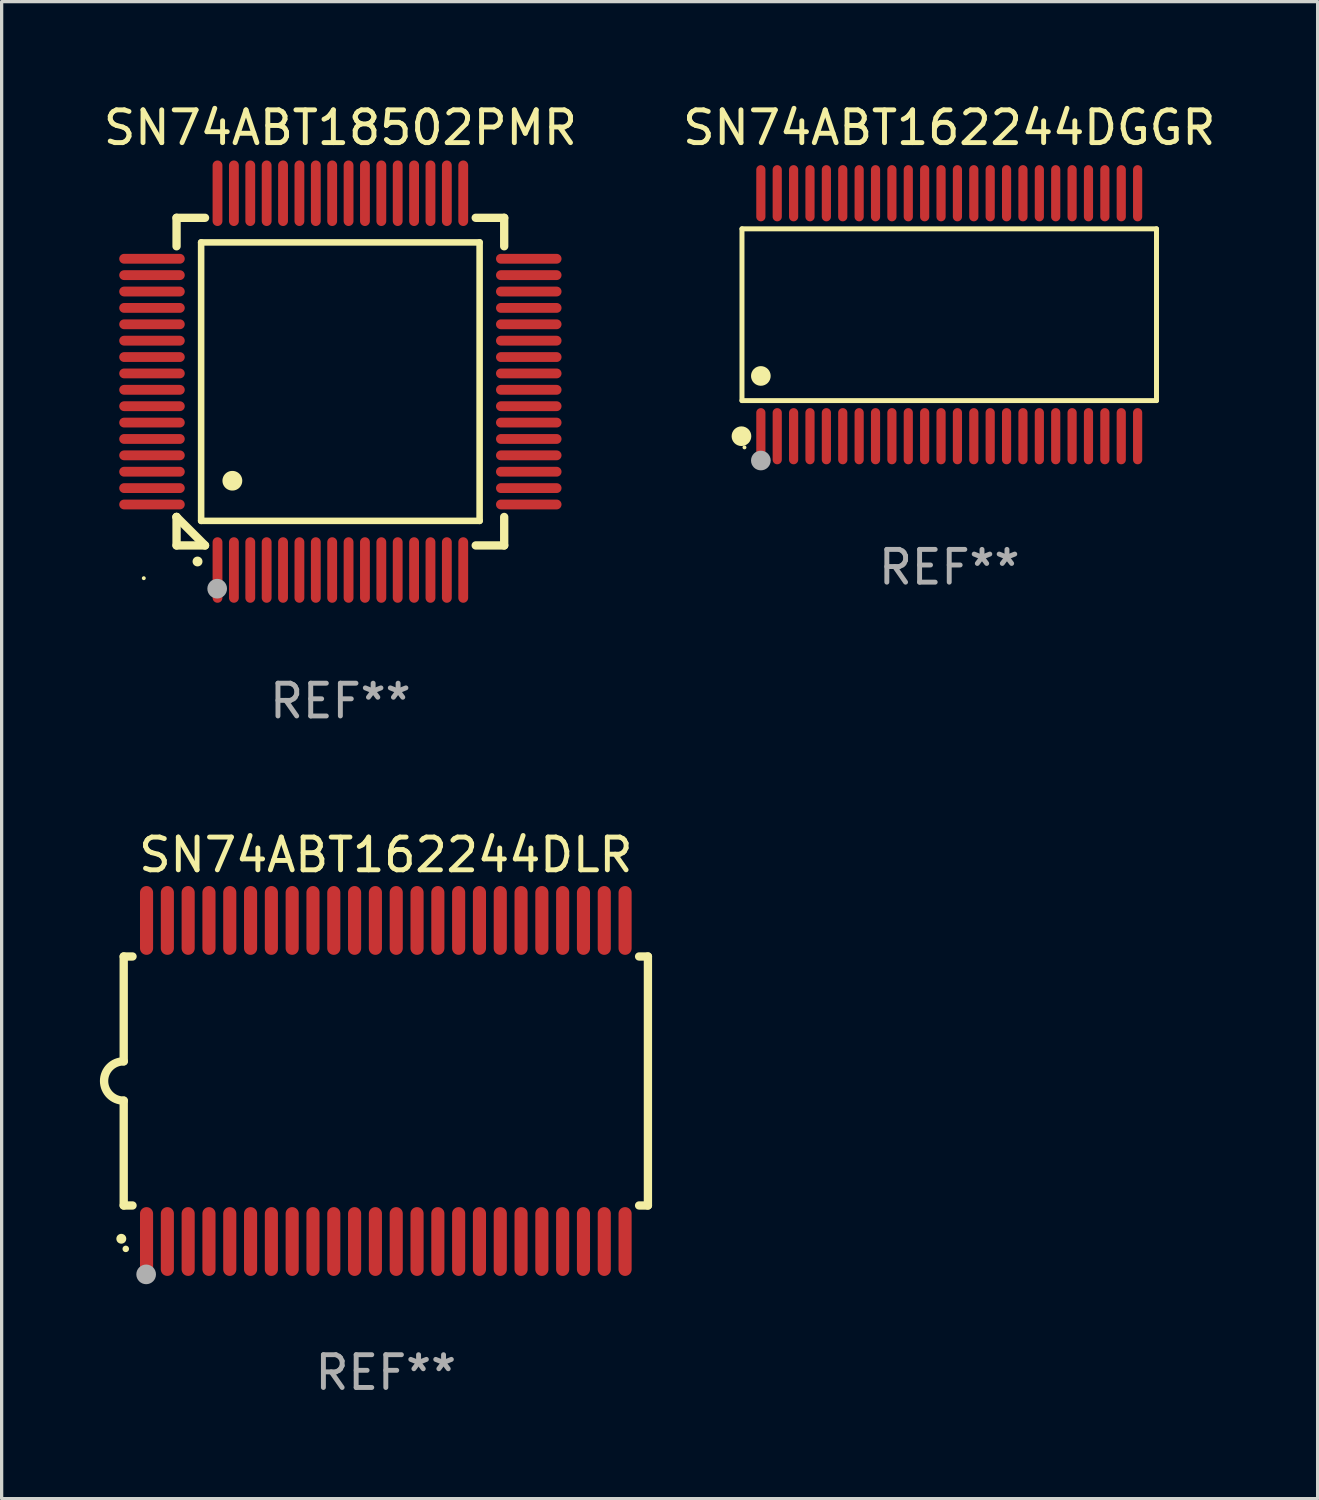
<source format=kicad_pcb>
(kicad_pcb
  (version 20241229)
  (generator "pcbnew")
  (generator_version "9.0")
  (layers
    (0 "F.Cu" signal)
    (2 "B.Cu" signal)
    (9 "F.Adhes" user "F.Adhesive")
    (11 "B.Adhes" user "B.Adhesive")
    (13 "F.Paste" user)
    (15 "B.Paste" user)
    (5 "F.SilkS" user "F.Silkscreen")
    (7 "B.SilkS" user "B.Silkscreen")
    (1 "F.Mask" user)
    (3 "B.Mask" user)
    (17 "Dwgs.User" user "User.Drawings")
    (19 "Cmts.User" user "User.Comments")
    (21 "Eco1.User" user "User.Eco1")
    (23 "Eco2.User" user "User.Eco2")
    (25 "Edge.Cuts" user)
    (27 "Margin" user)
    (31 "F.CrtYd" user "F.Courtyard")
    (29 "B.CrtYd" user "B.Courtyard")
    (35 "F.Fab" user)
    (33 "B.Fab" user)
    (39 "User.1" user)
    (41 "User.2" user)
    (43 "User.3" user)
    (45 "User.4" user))
  (footprint "SN74ABT162244DGGR"
    (layer "F.Cu")
    (at 25.923 6.556)
    (property "Reference" "SN74ABT162244DGGR" (at 0 -5.708 0) (layer "F.SilkS") (effects (font (size 1 1) (thickness 0.15))))
    (attr through_hole)
    (fp_line (start -6.326 -2.622) (end 6.326 -2.622) (stroke (width 0.152) (type solid)) (layer "F.SilkS"))
    (fp_line (start -6.326 2.621) (end -6.326 -2.622) (stroke (width 0.152) (type solid)) (layer "F.SilkS"))
    (fp_line (start 6.326 -2.622) (end 6.326 2.621) (stroke (width 0.152) (type solid)) (layer "F.SilkS"))
    (fp_line (start 6.326 2.621) (end -6.326 2.621) (stroke (width 0.152) (type solid)) (layer "F.SilkS"))
    (fp_circle (center -6.342 3.708) (end -6.192 3.708) (stroke (width 0.3) (type solid)) (fill no) (layer "F.SilkS"))
    (fp_circle (center -6.25 4.05) (end -6.22 4.05) (stroke (width 0.06) (type solid)) (fill no) (layer "F.SilkS"))
    (fp_circle (center -5.75 1.869) (end -5.6 1.869) (stroke (width 0.3) (type solid)) (fill no) (layer "F.SilkS"))
    (fp_circle (center -5.75 4.45) (end -5.6 4.45) (stroke (width 0.3) (type solid)) (fill no) (layer "F.Fab"))
    (fp_text user "REF**" (at 0 7.708 0) (layer "F.Fab") (effects (font (size 1 1) (thickness 0.15))))
    (pad "1" smd oval (at -5.75 3.708) (size 0.28 1.715) (layers "F.Cu" "F.Mask" "F.Paste"))
    (pad "2" smd oval (at -5.25 3.708) (size 0.28 1.715) (layers "F.Cu" "F.Mask" "F.Paste"))
    (pad "3" smd oval (at -4.75 3.708) (size 0.28 1.715) (layers "F.Cu" "F.Mask" "F.Paste"))
    (pad "4" smd oval (at -4.25 3.708) (size 0.28 1.715) (layers "F.Cu" "F.Mask" "F.Paste"))
    (pad "5" smd oval (at -3.75 3.708) (size 0.28 1.715) (layers "F.Cu" "F.Mask" "F.Paste"))
    (pad "6" smd oval (at -3.25 3.708) (size 0.28 1.715) (layers "F.Cu" "F.Mask" "F.Paste"))
    (pad "7" smd oval (at -2.75 3.708) (size 0.28 1.715) (layers "F.Cu" "F.Mask" "F.Paste"))
    (pad "8" smd oval (at -2.25 3.708) (size 0.28 1.715) (layers "F.Cu" "F.Mask" "F.Paste"))
    (pad "9" smd oval (at -1.75 3.708) (size 0.28 1.715) (layers "F.Cu" "F.Mask" "F.Paste"))
    (pad "10" smd oval (at -1.25 3.708) (size 0.28 1.715) (layers "F.Cu" "F.Mask" "F.Paste"))
    (pad "11" smd oval (at -0.75 3.708) (size 0.28 1.715) (layers "F.Cu" "F.Mask" "F.Paste"))
    (pad "12" smd oval (at -0.25 3.708) (size 0.28 1.715) (layers "F.Cu" "F.Mask" "F.Paste"))
    (pad "13" smd oval (at 0.25 3.708) (size 0.28 1.715) (layers "F.Cu" "F.Mask" "F.Paste"))
    (pad "14" smd oval (at 0.75 3.708) (size 0.28 1.715) (layers "F.Cu" "F.Mask" "F.Paste"))
    (pad "15" smd oval (at 1.25 3.708) (size 0.28 1.715) (layers "F.Cu" "F.Mask" "F.Paste"))
    (pad "16" smd oval (at 1.75 3.708) (size 0.28 1.715) (layers "F.Cu" "F.Mask" "F.Paste"))
    (pad "17" smd oval (at 2.25 3.708) (size 0.28 1.715) (layers "F.Cu" "F.Mask" "F.Paste"))
    (pad "18" smd oval (at 2.75 3.708) (size 0.28 1.715) (layers "F.Cu" "F.Mask" "F.Paste"))
    (pad "19" smd oval (at 3.25 3.708) (size 0.28 1.715) (layers "F.Cu" "F.Mask" "F.Paste"))
    (pad "20" smd oval (at 3.75 3.708) (size 0.28 1.715) (layers "F.Cu" "F.Mask" "F.Paste"))
    (pad "21" smd oval (at 4.25 3.708) (size 0.28 1.715) (layers "F.Cu" "F.Mask" "F.Paste"))
    (pad "22" smd oval (at 4.75 3.708) (size 0.28 1.715) (layers "F.Cu" "F.Mask" "F.Paste"))
    (pad "23" smd oval (at 5.25 3.708) (size 0.28 1.715) (layers "F.Cu" "F.Mask" "F.Paste"))
    (pad "24" smd oval (at 5.75 3.708) (size 0.28 1.715) (layers "F.Cu" "F.Mask" "F.Paste"))
    (pad "25" smd oval (at 5.75 -3.708) (size 0.28 1.715) (layers "F.Cu" "F.Mask" "F.Paste"))
    (pad "26" smd oval (at 5.25 -3.708) (size 0.28 1.715) (layers "F.Cu" "F.Mask" "F.Paste"))
    (pad "27" smd oval (at 4.75 -3.708) (size 0.28 1.715) (layers "F.Cu" "F.Mask" "F.Paste"))
    (pad "28" smd oval (at 4.25 -3.708) (size 0.28 1.715) (layers "F.Cu" "F.Mask" "F.Paste"))
    (pad "29" smd oval (at 3.75 -3.708) (size 0.28 1.715) (layers "F.Cu" "F.Mask" "F.Paste"))
    (pad "30" smd oval (at 3.25 -3.708) (size 0.28 1.715) (layers "F.Cu" "F.Mask" "F.Paste"))
    (pad "31" smd oval (at 2.75 -3.708) (size 0.28 1.715) (layers "F.Cu" "F.Mask" "F.Paste"))
    (pad "32" smd oval (at 2.25 -3.708) (size 0.28 1.715) (layers "F.Cu" "F.Mask" "F.Paste"))
    (pad "33" smd oval (at 1.75 -3.708) (size 0.28 1.715) (layers "F.Cu" "F.Mask" "F.Paste"))
    (pad "34" smd oval (at 1.25 -3.708) (size 0.28 1.715) (layers "F.Cu" "F.Mask" "F.Paste"))
    (pad "35" smd oval (at 0.75 -3.708) (size 0.28 1.715) (layers "F.Cu" "F.Mask" "F.Paste"))
    (pad "36" smd oval (at 0.25 -3.708) (size 0.28 1.715) (layers "F.Cu" "F.Mask" "F.Paste"))
    (pad "37" smd oval (at -0.25 -3.708) (size 0.28 1.715) (layers "F.Cu" "F.Mask" "F.Paste"))
    (pad "38" smd oval (at -0.75 -3.708) (size 0.28 1.715) (layers "F.Cu" "F.Mask" "F.Paste"))
    (pad "39" smd oval (at -1.25 -3.708) (size 0.28 1.715) (layers "F.Cu" "F.Mask" "F.Paste"))
    (pad "40" smd oval (at -1.75 -3.708) (size 0.28 1.715) (layers "F.Cu" "F.Mask" "F.Paste"))
    (pad "41" smd oval (at -2.25 -3.708) (size 0.28 1.715) (layers "F.Cu" "F.Mask" "F.Paste"))
    (pad "42" smd oval (at -2.75 -3.708) (size 0.28 1.715) (layers "F.Cu" "F.Mask" "F.Paste"))
    (pad "43" smd oval (at -3.25 -3.708) (size 0.28 1.715) (layers "F.Cu" "F.Mask" "F.Paste"))
    (pad "44" smd oval (at -3.75 -3.708) (size 0.28 1.715) (layers "F.Cu" "F.Mask" "F.Paste"))
    (pad "45" smd oval (at -4.25 -3.708) (size 0.28 1.715) (layers "F.Cu" "F.Mask" "F.Paste"))
    (pad "46" smd oval (at -4.75 -3.708) (size 0.28 1.715) (layers "F.Cu" "F.Mask" "F.Paste"))
    (pad "47" smd oval (at -5.25 -3.708) (size 0.28 1.715) (layers "F.Cu" "F.Mask" "F.Paste"))
    (pad "48" smd oval (at -5.75 -3.708) (size 0.28 1.715) (layers "F.Cu" "F.Mask" "F.Paste")))
  (footprint "SN74ABT162244DLR"
    (layer "F.Cu")
    (at 8.726 29.944)
    (property "Reference" "SN74ABT162244DLR" (at 0 -6.9 0) (layer "F.SilkS") (effects (font (size 1 1) (thickness 0.15))))
    (attr through_hole)
    (fp_line (start -8 -3.8) (end -8 -0.599) (stroke (width 0.254) (type solid)) (layer "F.SilkS"))
    (fp_line (start -8 -3.8) (end -7.731 -3.8) (stroke (width 0.254) (type solid)) (layer "F.SilkS"))
    (fp_line (start -8 3.8) (end -8 0.599) (stroke (width 0.254) (type solid)) (layer "F.SilkS"))
    (fp_line (start -7.731 3.8) (end -8 3.8) (stroke (width 0.254) (type solid)) (layer "F.SilkS"))
    (fp_line (start 7.731 -3.8) (end 8 -3.8) (stroke (width 0.254) (type solid)) (layer "F.SilkS"))
    (fp_line (start 8 -3.8) (end 8 3.8) (stroke (width 0.254) (type solid)) (layer "F.SilkS"))
    (fp_line (start 8 3.8) (end 7.731 3.8) (stroke (width 0.254) (type solid)) (layer "F.SilkS"))
    (fp_arc (start -8.074676 4.81585) (mid -8.073406 4.815845) (end -8.072136 4.81585) (stroke (width 0.3) (type solid)) (layer "F.SilkS"))
    (fp_arc (start -8.000025 0.6) (mid -8.598908 0.00056) (end -8.000027 -0.598882) (stroke (width 0.254001) (type solid)) (layer "F.SilkS"))
    (fp_circle (center -7.937 5.125) (end -7.887 5.125) (stroke (width 0.1) (type solid)) (fill no) (layer "F.SilkS"))
    (fp_circle (center -7.315 5.903) (end -7.165 5.903) (stroke (width 0.3) (type solid)) (fill no) (layer "F.Fab"))
    (fp_text user "REF**" (at 0 8.9 0) (layer "F.Fab") (effects (font (size 1 1) (thickness 0.15))))
    (pad "1" smd oval (at -7.303 4.9) (size 0.4 2.1) (layers "F.Cu" "F.Mask" "F.Paste"))
    (pad "2" smd oval (at -6.668 4.9) (size 0.4 2.1) (layers "F.Cu" "F.Mask" "F.Paste"))
    (pad "3" smd oval (at -6.033 4.9) (size 0.4 2.1) (layers "F.Cu" "F.Mask" "F.Paste"))
    (pad "4" smd oval (at -5.398 4.9) (size 0.4 2.1) (layers "F.Cu" "F.Mask" "F.Paste"))
    (pad "5" smd oval (at -4.763 4.9) (size 0.4 2.1) (layers "F.Cu" "F.Mask" "F.Paste"))
    (pad "6" smd oval (at -4.128 4.9) (size 0.4 2.1) (layers "F.Cu" "F.Mask" "F.Paste"))
    (pad "7" smd oval (at -3.493 4.9) (size 0.4 2.1) (layers "F.Cu" "F.Mask" "F.Paste"))
    (pad "8" smd oval (at -2.858 4.9) (size 0.4 2.1) (layers "F.Cu" "F.Mask" "F.Paste"))
    (pad "9" smd oval (at -2.223 4.9) (size 0.4 2.1) (layers "F.Cu" "F.Mask" "F.Paste"))
    (pad "10" smd oval (at -1.588 4.9) (size 0.4 2.1) (layers "F.Cu" "F.Mask" "F.Paste"))
    (pad "11" smd oval (at -0.953 4.9) (size 0.4 2.1) (layers "F.Cu" "F.Mask" "F.Paste"))
    (pad "12" smd oval (at -0.318 4.9) (size 0.4 2.1) (layers "F.Cu" "F.Mask" "F.Paste"))
    (pad "13" smd oval (at 0.318 4.9) (size 0.4 2.1) (layers "F.Cu" "F.Mask" "F.Paste"))
    (pad "14" smd oval (at 0.953 4.9) (size 0.4 2.1) (layers "F.Cu" "F.Mask" "F.Paste"))
    (pad "15" smd oval (at 1.588 4.9) (size 0.4 2.1) (layers "F.Cu" "F.Mask" "F.Paste"))
    (pad "16" smd oval (at 2.223 4.9) (size 0.4 2.1) (layers "F.Cu" "F.Mask" "F.Paste"))
    (pad "17" smd oval (at 2.858 4.9) (size 0.4 2.1) (layers "F.Cu" "F.Mask" "F.Paste"))
    (pad "18" smd oval (at 3.493 4.9) (size 0.4 2.1) (layers "F.Cu" "F.Mask" "F.Paste"))
    (pad "19" smd oval (at 4.128 4.9) (size 0.4 2.1) (layers "F.Cu" "F.Mask" "F.Paste"))
    (pad "20" smd oval (at 4.763 4.9) (size 0.4 2.1) (layers "F.Cu" "F.Mask" "F.Paste"))
    (pad "21" smd oval (at 5.398 4.9) (size 0.4 2.1) (layers "F.Cu" "F.Mask" "F.Paste"))
    (pad "22" smd oval (at 6.033 4.9) (size 0.4 2.1) (layers "F.Cu" "F.Mask" "F.Paste"))
    (pad "23" smd oval (at 6.668 4.9) (size 0.4 2.1) (layers "F.Cu" "F.Mask" "F.Paste"))
    (pad "24" smd oval (at 7.303 4.9) (size 0.4 2.1) (layers "F.Cu" "F.Mask" "F.Paste"))
    (pad "25" smd oval (at 7.303 -4.9 180) (size 0.4 2.1) (layers "F.Cu" "F.Mask" "F.Paste"))
    (pad "26" smd oval (at 6.668 -4.9 180) (size 0.4 2.1) (layers "F.Cu" "F.Mask" "F.Paste"))
    (pad "27" smd oval (at 6.033 -4.9 180) (size 0.4 2.1) (layers "F.Cu" "F.Mask" "F.Paste"))
    (pad "28" smd oval (at 5.398 -4.9 180) (size 0.4 2.1) (layers "F.Cu" "F.Mask" "F.Paste"))
    (pad "29" smd oval (at 4.763 -4.9 180) (size 0.4 2.1) (layers "F.Cu" "F.Mask" "F.Paste"))
    (pad "30" smd oval (at 4.128 -4.9 180) (size 0.4 2.1) (layers "F.Cu" "F.Mask" "F.Paste"))
    (pad "31" smd oval (at 3.493 -4.9 180) (size 0.4 2.1) (layers "F.Cu" "F.Mask" "F.Paste"))
    (pad "32" smd oval (at 2.858 -4.9 180) (size 0.4 2.1) (layers "F.Cu" "F.Mask" "F.Paste"))
    (pad "33" smd oval (at 2.223 -4.9 180) (size 0.4 2.1) (layers "F.Cu" "F.Mask" "F.Paste"))
    (pad "34" smd oval (at 1.588 -4.9 180) (size 0.4 2.1) (layers "F.Cu" "F.Mask" "F.Paste"))
    (pad "35" smd oval (at 0.953 -4.9 180) (size 0.4 2.1) (layers "F.Cu" "F.Mask" "F.Paste"))
    (pad "36" smd oval (at 0.318 -4.9 180) (size 0.4 2.1) (layers "F.Cu" "F.Mask" "F.Paste"))
    (pad "37" smd oval (at -0.318 -4.9 180) (size 0.4 2.1) (layers "F.Cu" "F.Mask" "F.Paste"))
    (pad "38" smd oval (at -0.953 -4.9 180) (size 0.4 2.1) (layers "F.Cu" "F.Mask" "F.Paste"))
    (pad "39" smd oval (at -1.588 -4.9 180) (size 0.4 2.1) (layers "F.Cu" "F.Mask" "F.Paste"))
    (pad "40" smd oval (at -2.223 -4.9 180) (size 0.4 2.1) (layers "F.Cu" "F.Mask" "F.Paste"))
    (pad "41" smd oval (at -2.858 -4.9 180) (size 0.4 2.1) (layers "F.Cu" "F.Mask" "F.Paste"))
    (pad "42" smd oval (at -3.493 -4.9 180) (size 0.4 2.1) (layers "F.Cu" "F.Mask" "F.Paste"))
    (pad "43" smd oval (at -4.128 -4.9 180) (size 0.4 2.1) (layers "F.Cu" "F.Mask" "F.Paste"))
    (pad "44" smd oval (at -4.763 -4.9 180) (size 0.4 2.1) (layers "F.Cu" "F.Mask" "F.Paste"))
    (pad "45" smd oval (at -5.398 -4.9 180) (size 0.4 2.1) (layers "F.Cu" "F.Mask" "F.Paste"))
    (pad "46" smd oval (at -6.033 -4.9 180) (size 0.4 2.1) (layers "F.Cu" "F.Mask" "F.Paste"))
    (pad "47" smd oval (at -6.668 -4.9 180) (size 0.4 2.1) (layers "F.Cu" "F.Mask" "F.Paste"))
    (pad "48" smd oval (at -7.303 -4.9 180) (size 0.4 2.1) (layers "F.Cu" "F.Mask" "F.Paste")))
  (footprint "SN74ABT18502PMR"
    (layer "F.Cu")
    (at 7.339 8.598)
    (property "Reference" "SN74ABT18502PMR" (at 0 -7.75 0) (layer "F.SilkS") (effects (font (size 1 1) (thickness 0.15))))
    (attr through_hole)
    (fp_line (start -5 -5) (end -4.131 -5) (stroke (width 0.254) (type solid)) (layer "F.SilkS"))
    (fp_line (start -5 -4.131) (end -5 -5) (stroke (width 0.254) (type solid)) (layer "F.SilkS"))
    (fp_line (start -5 4.131) (end -5 4.131) (stroke (width 0.254) (type solid)) (layer "F.SilkS"))
    (fp_line (start -5 5) (end -5 4.131) (stroke (width 0.254) (type solid)) (layer "F.SilkS"))
    (fp_line (start -5 4.131) (end -4.131 5) (stroke (width 0.254) (type solid)) (layer "F.SilkS"))
    (fp_line (start -4.25 -4.25) (end -4.25 4.25) (stroke (width 0.2) (type solid)) (layer "F.SilkS"))
    (fp_line (start -4.25 4.25) (end 4.25 4.25) (stroke (width 0.2) (type solid)) (layer "F.SilkS"))
    (fp_line (start -4.131 5) (end -5 5) (stroke (width 0.254) (type solid)) (layer "F.SilkS"))
    (fp_line (start 4.25 -4.25) (end -4.25 -4.25) (stroke (width 0.2) (type solid)) (layer "F.SilkS"))
    (fp_line (start 4.25 4.25) (end 4.25 -4.25) (stroke (width 0.2) (type solid)) (layer "F.SilkS"))
    (fp_line (start 5 -5) (end 4.131 -5) (stroke (width 0.254) (type solid)) (layer "F.SilkS"))
    (fp_line (start 5 -5) (end 5 -4.131) (stroke (width 0.254) (type solid)) (layer "F.SilkS"))
    (fp_line (start 5 4.131) (end 5 5) (stroke (width 0.254) (type solid)) (layer "F.SilkS"))
    (fp_line (start 5 5) (end 4.131 5) (stroke (width 0.254) (type solid)) (layer "F.SilkS"))
    (fp_arc (start -4.361265 5.489992) (mid -4.359995 5.489987) (end -4.358725 5.489992) (stroke (width 0.3) (type solid)) (layer "F.SilkS"))
    (fp_arc (start -3.299467 3.025146) (mid -3.296927 3.025135) (end -3.294387 3.025146) (stroke (width 0.6) (type solid)) (layer "F.SilkS"))
    (fp_circle (center -6 6) (end -5.97 6) (stroke (width 0.06) (type solid)) (fill no) (layer "F.SilkS"))
    (fp_circle (center -3.76 6.32) (end -3.61 6.32) (stroke (width 0.3) (type solid)) (fill no) (layer "F.Fab"))
    (fp_text user "REF**" (at 0 9.75 0) (layer "F.Fab") (effects (font (size 1 1) (thickness 0.15))))
    (pad "1" smd oval (at -3.75 5.75) (size 0.3 2) (layers "F.Cu" "F.Mask" "F.Paste"))
    (pad "2" smd oval (at -3.25 5.75) (size 0.3 2) (layers "F.Cu" "F.Mask" "F.Paste"))
    (pad "3" smd oval (at -2.75 5.75) (size 0.3 2) (layers "F.Cu" "F.Mask" "F.Paste"))
    (pad "4" smd oval (at -2.25 5.75) (size 0.3 2) (layers "F.Cu" "F.Mask" "F.Paste"))
    (pad "5" smd oval (at -1.75 5.75) (size 0.3 2) (layers "F.Cu" "F.Mask" "F.Paste"))
    (pad "6" smd oval (at -1.25 5.75) (size 0.3 2) (layers "F.Cu" "F.Mask" "F.Paste"))
    (pad "7" smd oval (at -0.75 5.75) (size 0.3 2) (layers "F.Cu" "F.Mask" "F.Paste"))
    (pad "8" smd oval (at -0.25 5.75) (size 0.3 2) (layers "F.Cu" "F.Mask" "F.Paste"))
    (pad "9" smd oval (at 0.25 5.75) (size 0.3 2) (layers "F.Cu" "F.Mask" "F.Paste"))
    (pad "10" smd oval (at 0.75 5.75) (size 0.3 2) (layers "F.Cu" "F.Mask" "F.Paste"))
    (pad "11" smd oval (at 1.25 5.75) (size 0.3 2) (layers "F.Cu" "F.Mask" "F.Paste"))
    (pad "12" smd oval (at 1.75 5.75) (size 0.3 2) (layers "F.Cu" "F.Mask" "F.Paste"))
    (pad "13" smd oval (at 2.25 5.75) (size 0.3 2) (layers "F.Cu" "F.Mask" "F.Paste"))
    (pad "14" smd oval (at 2.75 5.75) (size 0.3 2) (layers "F.Cu" "F.Mask" "F.Paste"))
    (pad "15" smd oval (at 3.25 5.75) (size 0.3 2) (layers "F.Cu" "F.Mask" "F.Paste"))
    (pad "16" smd oval (at 3.75 5.75) (size 0.3 2) (layers "F.Cu" "F.Mask" "F.Paste"))
    (pad "17" smd oval (at 5.75 3.75) (size 2 0.3) (layers "F.Cu" "F.Mask" "F.Paste"))
    (pad "18" smd oval (at 5.75 3.25) (size 2 0.3) (layers "F.Cu" "F.Mask" "F.Paste"))
    (pad "19" smd oval (at 5.75 2.75) (size 2 0.3) (layers "F.Cu" "F.Mask" "F.Paste"))
    (pad "20" smd oval (at 5.75 2.25) (size 2 0.3) (layers "F.Cu" "F.Mask" "F.Paste"))
    (pad "21" smd oval (at 5.75 1.75) (size 2 0.3) (layers "F.Cu" "F.Mask" "F.Paste"))
    (pad "22" smd oval (at 5.75 1.25) (size 2 0.3) (layers "F.Cu" "F.Mask" "F.Paste"))
    (pad "23" smd oval (at 5.75 0.75) (size 2 0.3) (layers "F.Cu" "F.Mask" "F.Paste"))
    (pad "24" smd oval (at 5.75 0.25) (size 2 0.3) (layers "F.Cu" "F.Mask" "F.Paste"))
    (pad "25" smd oval (at 5.75 -0.25) (size 2 0.3) (layers "F.Cu" "F.Mask" "F.Paste"))
    (pad "26" smd oval (at 5.75 -0.75) (size 2 0.3) (layers "F.Cu" "F.Mask" "F.Paste"))
    (pad "27" smd oval (at 5.75 -1.25) (size 2 0.3) (layers "F.Cu" "F.Mask" "F.Paste"))
    (pad "28" smd oval (at 5.75 -1.75) (size 2 0.3) (layers "F.Cu" "F.Mask" "F.Paste"))
    (pad "29" smd oval (at 5.75 -2.25) (size 2 0.3) (layers "F.Cu" "F.Mask" "F.Paste"))
    (pad "30" smd oval (at 5.75 -2.75) (size 2 0.3) (layers "F.Cu" "F.Mask" "F.Paste"))
    (pad "31" smd oval (at 5.75 -3.25) (size 2 0.3) (layers "F.Cu" "F.Mask" "F.Paste"))
    (pad "32" smd oval (at 5.75 -3.75) (size 2 0.3) (layers "F.Cu" "F.Mask" "F.Paste"))
    (pad "33" smd oval (at 3.75 -5.75) (size 0.3 2) (layers "F.Cu" "F.Mask" "F.Paste"))
    (pad "34" smd oval (at 3.25 -5.75) (size 0.3 2) (layers "F.Cu" "F.Mask" "F.Paste"))
    (pad "35" smd oval (at 2.75 -5.75) (size 0.3 2) (layers "F.Cu" "F.Mask" "F.Paste"))
    (pad "36" smd oval (at 2.25 -5.75) (size 0.3 2) (layers "F.Cu" "F.Mask" "F.Paste"))
    (pad "37" smd oval (at 1.75 -5.75) (size 0.3 2) (layers "F.Cu" "F.Mask" "F.Paste"))
    (pad "38" smd oval (at 1.25 -5.75) (size 0.3 2) (layers "F.Cu" "F.Mask" "F.Paste"))
    (pad "39" smd oval (at 0.75 -5.75) (size 0.3 2) (layers "F.Cu" "F.Mask" "F.Paste"))
    (pad "40" smd oval (at 0.25 -5.75) (size 0.3 2) (layers "F.Cu" "F.Mask" "F.Paste"))
    (pad "41" smd oval (at -0.25 -5.75) (size 0.3 2) (layers "F.Cu" "F.Mask" "F.Paste"))
    (pad "42" smd oval (at -0.75 -5.75) (size 0.3 2) (layers "F.Cu" "F.Mask" "F.Paste"))
    (pad "43" smd oval (at -1.25 -5.75) (size 0.3 2) (layers "F.Cu" "F.Mask" "F.Paste"))
    (pad "44" smd oval (at -1.75 -5.75) (size 0.3 2) (layers "F.Cu" "F.Mask" "F.Paste"))
    (pad "45" smd oval (at -2.25 -5.75) (size 0.3 2) (layers "F.Cu" "F.Mask" "F.Paste"))
    (pad "46" smd oval (at -2.75 -5.75) (size 0.3 2) (layers "F.Cu" "F.Mask" "F.Paste"))
    (pad "47" smd oval (at -3.25 -5.75) (size 0.3 2) (layers "F.Cu" "F.Mask" "F.Paste"))
    (pad "48" smd oval (at -3.75 -5.75) (size 0.3 2) (layers "F.Cu" "F.Mask" "F.Paste"))
    (pad "49" smd oval (at -5.75 -3.75) (size 2 0.3) (layers "F.Cu" "F.Mask" "F.Paste"))
    (pad "50" smd oval (at -5.75 -3.25) (size 2 0.3) (layers "F.Cu" "F.Mask" "F.Paste"))
    (pad "51" smd oval (at -5.75 -2.75) (size 2 0.3) (layers "F.Cu" "F.Mask" "F.Paste"))
    (pad "52" smd oval (at -5.75 -2.25) (size 2 0.3) (layers "F.Cu" "F.Mask" "F.Paste"))
    (pad "53" smd oval (at -5.75 -1.75) (size 2 0.3) (layers "F.Cu" "F.Mask" "F.Paste"))
    (pad "54" smd oval (at -5.75 -1.25) (size 2 0.3) (layers "F.Cu" "F.Mask" "F.Paste"))
    (pad "55" smd oval (at -5.75 -0.75) (size 2 0.3) (layers "F.Cu" "F.Mask" "F.Paste"))
    (pad "56" smd oval (at -5.75 -0.25) (size 2 0.3) (layers "F.Cu" "F.Mask" "F.Paste"))
    (pad "57" smd oval (at -5.75 0.25) (size 2 0.3) (layers "F.Cu" "F.Mask" "F.Paste"))
    (pad "58" smd oval (at -5.75 0.75) (size 2 0.3) (layers "F.Cu" "F.Mask" "F.Paste"))
    (pad "59" smd oval (at -5.75 1.25) (size 2 0.3) (layers "F.Cu" "F.Mask" "F.Paste"))
    (pad "60" smd oval (at -5.75 1.75) (size 2 0.3) (layers "F.Cu" "F.Mask" "F.Paste"))
    (pad "61" smd oval (at -5.75 2.25) (size 2 0.3) (layers "F.Cu" "F.Mask" "F.Paste"))
    (pad "62" smd oval (at -5.75 2.75) (size 2 0.3) (layers "F.Cu" "F.Mask" "F.Paste"))
    (pad "63" smd oval (at -5.75 3.25) (size 2 0.3) (layers "F.Cu" "F.Mask" "F.Paste"))
    (pad "64" smd oval (at -5.75 3.75) (size 2 0.3) (layers "F.Cu" "F.Mask" "F.Paste")))
  (gr_rect
    (start -3 -3)
    (end 37.167 42.692)
    (stroke (width 0.1) (type default))
    (fill no)
    (layer "Edge.Cuts")))
</source>
